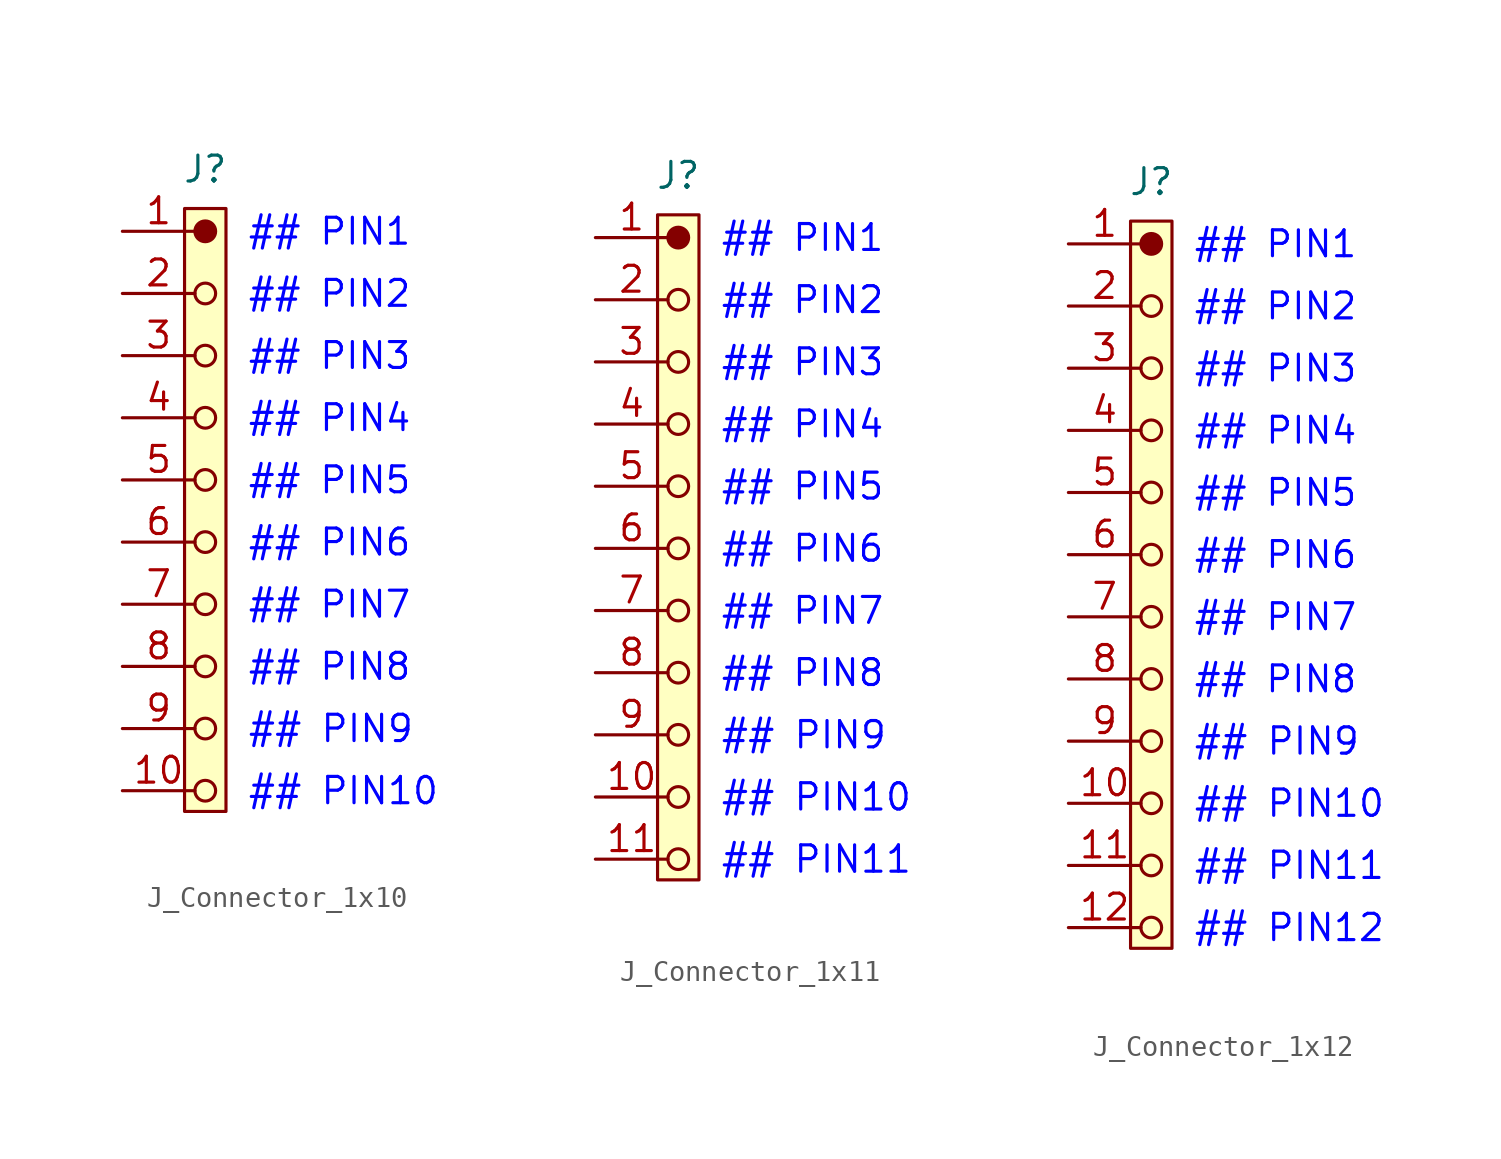
<source format=kicad_sym>
(kicad_symbol_lib
  (version 20241209)
  (generator "kicad_symbol_editor")
  (generator_version "9.0")
  (symbol "J_Connector_1x10"
    (pin_names
      (offset 0)
      (hide yes))
    (property "Reference" "J"
      (at 4 3 0)
      (do_not_autoplace)
      (effects (font (size 1.25 1.25))))
    (property "PIN_01" "## PIN1"
      (at 6 0 0)
      (do_not_autoplace)
      (effects (font (size 1.25 1.25) (color 0 0 255 1)) (justify left)))
    (property "PIN_02" "## PIN2"
      (at 6 -3 0)
      (do_not_autoplace)
      (effects (font (size 1.25 1.25) (color 0 0 255 1)) (justify left)))
    (property "PIN_03" "## PIN3"
      (at 6 -6 0)
      (do_not_autoplace)
      (effects (font (size 1.25 1.25) (color 0 0 255 1)) (justify left)))
    (property "PIN_04" "## PIN4"
      (at 6 -9 0)
      (do_not_autoplace)
      (effects (font (size 1.25 1.25) (color 0 0 255 1)) (justify left)))
    (property "PIN_05" "## PIN5"
      (at 6 -12 0)
      (do_not_autoplace)
      (effects (font (size 1.25 1.25) (color 0 0 255 1)) (justify left)))
    (property "PIN_06" "## PIN6"
      (at 6 -15 0)
      (do_not_autoplace)
      (effects (font (size 1.25 1.25) (color 0 0 255 1)) (justify left)))
    (property "PIN_07" "## PIN7"
      (at 6 -18 0)
      (do_not_autoplace)
      (effects (font (size 1.25 1.25) (color 0 0 255 1)) (justify left)))
    (property "PIN_08" "## PIN8"
      (at 6 -21 0)
      (do_not_autoplace)
      (effects (font (size 1.25 1.25) (color 0 0 255 1)) (justify left)))
    (property "PIN_09" "## PIN9"
      (at 6 -24 0)
      (do_not_autoplace)
      (effects (font (size 1.27 1.27) (color 0 0 255 1)) (justify left)))
    (property "PIN_10" "## PIN10"
      (at 6 -27 0)
      (do_not_autoplace)
      (effects (font (size 1.27 1.27) (color 0 0 255 1)) (justify left)))
    (symbol "J_Connector_1x10_0_1"
      (circle (center 4 -3) (radius 0.5) (stroke (width 0) (type default)) (fill (type none)))
      (circle (center 4 -6) (radius 0.5) (stroke (width 0) (type default)) (fill (type none)))
      (circle (center 4 -9) (radius 0.5) (stroke (width 0) (type default)) (fill (type none)))
      (circle (center 4 -12) (radius 0.5) (stroke (width 0) (type default)) (fill (type none)))
      (circle (center 4 -15) (radius 0.5) (stroke (width 0) (type default)) (fill (type none)))
      (circle (center 4 -18) (radius 0.5) (stroke (width 0) (type default)) (fill (type none)))
      (circle (center 4 -21) (radius 0.5) (stroke (width 0) (type default)) (fill (type none)))
      (circle (center 4 -24) (radius 0.5) (stroke (width 0) (type default)) (fill (type none)))
      (circle (center 4 -27) (radius 0.5) (stroke (width 0) (type default)) (fill (type none))))
    (symbol "J_Connector_1x10_1_1"
      (rectangle (start 3 1.1) (end 5 -28) (stroke (width 0) (type default)) (fill (type background)))
      (circle (center 4 0) (radius 0.5) (stroke (width 0) (type default)) (fill (type outline)))
      (pin passive line (at 0 0 0) (length 3.5) (name "1" (effects (font (size 1.25 1.25)))) (number "1" (effects (font (size 1.25 1.25)))))
      (pin passive line (at 0 -3 0) (length 3.5) (name "2" (effects (font (size 1.25 1.25)))) (number "2" (effects (font (size 1.25 1.25)))))
      (pin passive line (at 0 -6 0) (length 3.5) (name "3" (effects (font (size 1.25 1.25)))) (number "3" (effects (font (size 1.25 1.25)))))
      (pin passive line (at 0 -9 0) (length 3.5) (name "4" (effects (font (size 1.25 1.25)))) (number "4" (effects (font (size 1.25 1.25)))))
      (pin passive line (at 0 -12 0) (length 3.5) (name "5" (effects (font (size 1.25 1.25)))) (number "5" (effects (font (size 1.25 1.25)))))
      (pin passive line (at 0 -15 0) (length 3.5) (name "6" (effects (font (size 1.25 1.25)))) (number "6" (effects (font (size 1.25 1.25)))))
      (pin passive line (at 0 -18 0) (length 3.5) (name "7" (effects (font (size 1.25 1.25)))) (number "7" (effects (font (size 1.25 1.25)))))
      (pin passive line (at 0 -21 0) (length 3.5) (name "8" (effects (font (size 1.25 1.25)))) (number "8" (effects (font (size 1.25 1.25)))))
      (pin passive line (at 0 -24 0) (length 3.5) (name "9" (effects (font (size 1.25 1.25)))) (number "9" (effects (font (size 1.25 1.25)))))
      (pin passive line (at 0 -27 0) (length 3.5) (name "10" (effects (font (size 1.25 1.25)))) (number "10" (effects (font (size 1.25 1.25)))))))
  (symbol "J_Connector_1x11"
    (pin_names
      (offset 0)
      (hide yes))
    (property "Reference" "J"
      (at 4 3 0)
      (do_not_autoplace)
      (effects (font (size 1.25 1.25))))
    (property "PIN_01" "## PIN1"
      (at 6 0 0)
      (do_not_autoplace)
      (effects (font (size 1.25 1.25) (color 0 0 255 1)) (justify left)))
    (property "PIN_02" "## PIN2"
      (at 6 -3 0)
      (do_not_autoplace)
      (effects (font (size 1.25 1.25) (color 0 0 255 1)) (justify left)))
    (property "PIN_03" "## PIN3"
      (at 6 -6 0)
      (do_not_autoplace)
      (effects (font (size 1.25 1.25) (color 0 0 255 1)) (justify left)))
    (property "PIN_04" "## PIN4"
      (at 6 -9 0)
      (do_not_autoplace)
      (effects (font (size 1.25 1.25) (color 0 0 255 1)) (justify left)))
    (property "PIN_05" "## PIN5"
      (at 6 -12 0)
      (do_not_autoplace)
      (effects (font (size 1.25 1.25) (color 0 0 255 1)) (justify left)))
    (property "PIN_06" "## PIN6"
      (at 6 -15 0)
      (do_not_autoplace)
      (effects (font (size 1.25 1.25) (color 0 0 255 1)) (justify left)))
    (property "PIN_07" "## PIN7"
      (at 6 -18 0)
      (do_not_autoplace)
      (effects (font (size 1.25 1.25) (color 0 0 255 1)) (justify left)))
    (property "PIN_08" "## PIN8"
      (at 6 -21 0)
      (do_not_autoplace)
      (effects (font (size 1.25 1.25) (color 0 0 255 1)) (justify left)))
    (property "PIN_09" "## PIN9"
      (at 6 -24 0)
      (do_not_autoplace)
      (effects (font (size 1.27 1.27) (color 0 0 255 1)) (justify left)))
    (property "PIN_10" "## PIN10"
      (at 6 -27 0)
      (do_not_autoplace)
      (effects (font (size 1.27 1.27) (color 0 0 255 1)) (justify left)))
    (property "PIN_11" "## PIN11"
      (at 6 -30 0)
      (do_not_autoplace)
      (effects (font (size 1.27 1.27) (color 0 0 255 1)) (justify left)))
    (symbol "J_Connector_1x11_0_1"
      (circle (center 4 -3) (radius 0.5) (stroke (width 0) (type default)) (fill (type none)))
      (circle (center 4 -6) (radius 0.5) (stroke (width 0) (type default)) (fill (type none)))
      (circle (center 4 -9) (radius 0.5) (stroke (width 0) (type default)) (fill (type none)))
      (circle (center 4 -12) (radius 0.5) (stroke (width 0) (type default)) (fill (type none)))
      (circle (center 4 -15) (radius 0.5) (stroke (width 0) (type default)) (fill (type none)))
      (circle (center 4 -18) (radius 0.5) (stroke (width 0) (type default)) (fill (type none)))
      (circle (center 4 -21) (radius 0.5) (stroke (width 0) (type default)) (fill (type none)))
      (circle (center 4 -24) (radius 0.5) (stroke (width 0) (type default)) (fill (type none)))
      (circle (center 4 -27) (radius 0.5) (stroke (width 0) (type default)) (fill (type none)))
      (circle (center 4 -30) (radius 0.5) (stroke (width 0) (type default)) (fill (type none))))
    (symbol "J_Connector_1x11_1_1"
      (rectangle (start 3 1.1) (end 5 -31) (stroke (width 0) (type default)) (fill (type background)))
      (circle (center 4 0) (radius 0.5) (stroke (width 0) (type default)) (fill (type outline)))
      (pin passive line (at 0 0 0) (length 3.5) (name "1" (effects (font (size 1.25 1.25)))) (number "1" (effects (font (size 1.25 1.25)))))
      (pin passive line (at 0 -3 0) (length 3.5) (name "2" (effects (font (size 1.25 1.25)))) (number "2" (effects (font (size 1.25 1.25)))))
      (pin passive line (at 0 -6 0) (length 3.5) (name "3" (effects (font (size 1.25 1.25)))) (number "3" (effects (font (size 1.25 1.25)))))
      (pin passive line (at 0 -9 0) (length 3.5) (name "4" (effects (font (size 1.25 1.25)))) (number "4" (effects (font (size 1.25 1.25)))))
      (pin passive line (at 0 -12 0) (length 3.5) (name "5" (effects (font (size 1.25 1.25)))) (number "5" (effects (font (size 1.25 1.25)))))
      (pin passive line (at 0 -15 0) (length 3.5) (name "6" (effects (font (size 1.25 1.25)))) (number "6" (effects (font (size 1.25 1.25)))))
      (pin passive line (at 0 -18 0) (length 3.5) (name "7" (effects (font (size 1.25 1.25)))) (number "7" (effects (font (size 1.25 1.25)))))
      (pin passive line (at 0 -21 0) (length 3.5) (name "8" (effects (font (size 1.25 1.25)))) (number "8" (effects (font (size 1.25 1.25)))))
      (pin passive line (at 0 -24 0) (length 3.5) (name "9" (effects (font (size 1.25 1.25)))) (number "9" (effects (font (size 1.25 1.25)))))
      (pin passive line (at 0 -27 0) (length 3.5) (name "10" (effects (font (size 1.25 1.25)))) (number "10" (effects (font (size 1.25 1.25)))))
      (pin passive line (at 0 -30 0) (length 3.5) (name "11" (effects (font (size 1.25 1.25)))) (number "11" (effects (font (size 1.25 1.25)))))))
  (symbol "J_Connector_1x12"
    (pin_names
      (offset 0)
      (hide yes))
    (property "Reference" "J"
      (at 4 3 0)
      (do_not_autoplace)
      (effects (font (size 1.25 1.25))))
    (property "PIN_01" "## PIN1"
      (at 6 0 0)
      (do_not_autoplace)
      (effects (font (size 1.25 1.25) (color 0 0 255 1)) (justify left)))
    (property "PIN_02" "## PIN2"
      (at 6 -3 0)
      (do_not_autoplace)
      (effects (font (size 1.25 1.25) (color 0 0 255 1)) (justify left)))
    (property "PIN_03" "## PIN3"
      (at 6 -6 0)
      (do_not_autoplace)
      (effects (font (size 1.25 1.25) (color 0 0 255 1)) (justify left)))
    (property "PIN_04" "## PIN4"
      (at 6 -9 0)
      (do_not_autoplace)
      (effects (font (size 1.25 1.25) (color 0 0 255 1)) (justify left)))
    (property "PIN_05" "## PIN5"
      (at 6 -12 0)
      (do_not_autoplace)
      (effects (font (size 1.25 1.25) (color 0 0 255 1)) (justify left)))
    (property "PIN_06" "## PIN6"
      (at 6 -15 0)
      (do_not_autoplace)
      (effects (font (size 1.25 1.25) (color 0 0 255 1)) (justify left)))
    (property "PIN_07" "## PIN7"
      (at 6 -18 0)
      (do_not_autoplace)
      (effects (font (size 1.25 1.25) (color 0 0 255 1)) (justify left)))
    (property "PIN_08" "## PIN8"
      (at 6 -21 0)
      (do_not_autoplace)
      (effects (font (size 1.25 1.25) (color 0 0 255 1)) (justify left)))
    (property "PIN_09" "## PIN9"
      (at 6 -24 0)
      (do_not_autoplace)
      (effects (font (size 1.27 1.27) (color 0 0 255 1)) (justify left)))
    (property "PIN_10" "## PIN10"
      (at 6 -27 0)
      (do_not_autoplace)
      (effects (font (size 1.27 1.27) (color 0 0 255 1)) (justify left)))
    (property "PIN_11" "## PIN11"
      (at 6 -30 0)
      (do_not_autoplace)
      (effects (font (size 1.27 1.27) (color 0 0 255 1)) (justify left)))
    (property "PIN_12" "## PIN12"
      (at 6 -33 0)
      (do_not_autoplace)
      (effects (font (size 1.27 1.27) (color 0 0 255 1)) (justify left)))
    (symbol "J_Connector_1x12_0_1"
      (circle (center 4 -3) (radius 0.5) (stroke (width 0) (type default)) (fill (type none)))
      (circle (center 4 -6) (radius 0.5) (stroke (width 0) (type default)) (fill (type none)))
      (circle (center 4 -9) (radius 0.5) (stroke (width 0) (type default)) (fill (type none)))
      (circle (center 4 -12) (radius 0.5) (stroke (width 0) (type default)) (fill (type none)))
      (circle (center 4 -15) (radius 0.5) (stroke (width 0) (type default)) (fill (type none)))
      (circle (center 4 -18) (radius 0.5) (stroke (width 0) (type default)) (fill (type none)))
      (circle (center 4 -21) (radius 0.5) (stroke (width 0) (type default)) (fill (type none)))
      (circle (center 4 -24) (radius 0.5) (stroke (width 0) (type default)) (fill (type none)))
      (circle (center 4 -27) (radius 0.5) (stroke (width 0) (type default)) (fill (type none)))
      (circle (center 4 -30) (radius 0.5) (stroke (width 0) (type default)) (fill (type none)))
      (circle (center 4 -33) (radius 0.5) (stroke (width 0) (type default)) (fill (type none))))
    (symbol "J_Connector_1x12_1_1"
      (rectangle (start 3 1.1) (end 5 -34) (stroke (width 0) (type default)) (fill (type background)))
      (circle (center 4 0) (radius 0.5) (stroke (width 0) (type default)) (fill (type outline)))
      (pin passive line (at 0 0 0) (length 3.5) (name "1" (effects (font (size 1.25 1.25)))) (number "1" (effects (font (size 1.25 1.25)))))
      (pin passive line (at 0 -3 0) (length 3.5) (name "2" (effects (font (size 1.25 1.25)))) (number "2" (effects (font (size 1.25 1.25)))))
      (pin passive line (at 0 -6 0) (length 3.5) (name "3" (effects (font (size 1.25 1.25)))) (number "3" (effects (font (size 1.25 1.25)))))
      (pin passive line (at 0 -9 0) (length 3.5) (name "4" (effects (font (size 1.25 1.25)))) (number "4" (effects (font (size 1.25 1.25)))))
      (pin passive line (at 0 -12 0) (length 3.5) (name "5" (effects (font (size 1.25 1.25)))) (number "5" (effects (font (size 1.25 1.25)))))
      (pin passive line (at 0 -15 0) (length 3.5) (name "6" (effects (font (size 1.25 1.25)))) (number "6" (effects (font (size 1.25 1.25)))))
      (pin passive line (at 0 -18 0) (length 3.5) (name "7" (effects (font (size 1.25 1.25)))) (number "7" (effects (font (size 1.25 1.25)))))
      (pin passive line (at 0 -21 0) (length 3.5) (name "8" (effects (font (size 1.25 1.25)))) (number "8" (effects (font (size 1.25 1.25)))))
      (pin passive line (at 0 -24 0) (length 3.5) (name "9" (effects (font (size 1.25 1.25)))) (number "9" (effects (font (size 1.25 1.25)))))
      (pin passive line (at 0 -27 0) (length 3.5) (name "10" (effects (font (size 1.25 1.25)))) (number "10" (effects (font (size 1.25 1.25)))))
      (pin passive line (at 0 -30 0) (length 3.5) (name "11" (effects (font (size 1.25 1.25)))) (number "11" (effects (font (size 1.25 1.25)))))
      (pin passive line (at 0 -33 0) (length 3.5) (name "12" (effects (font (size 1.25 1.25)))) (number "12" (effects (font (size 1.25 1.25))))))))
</source>
